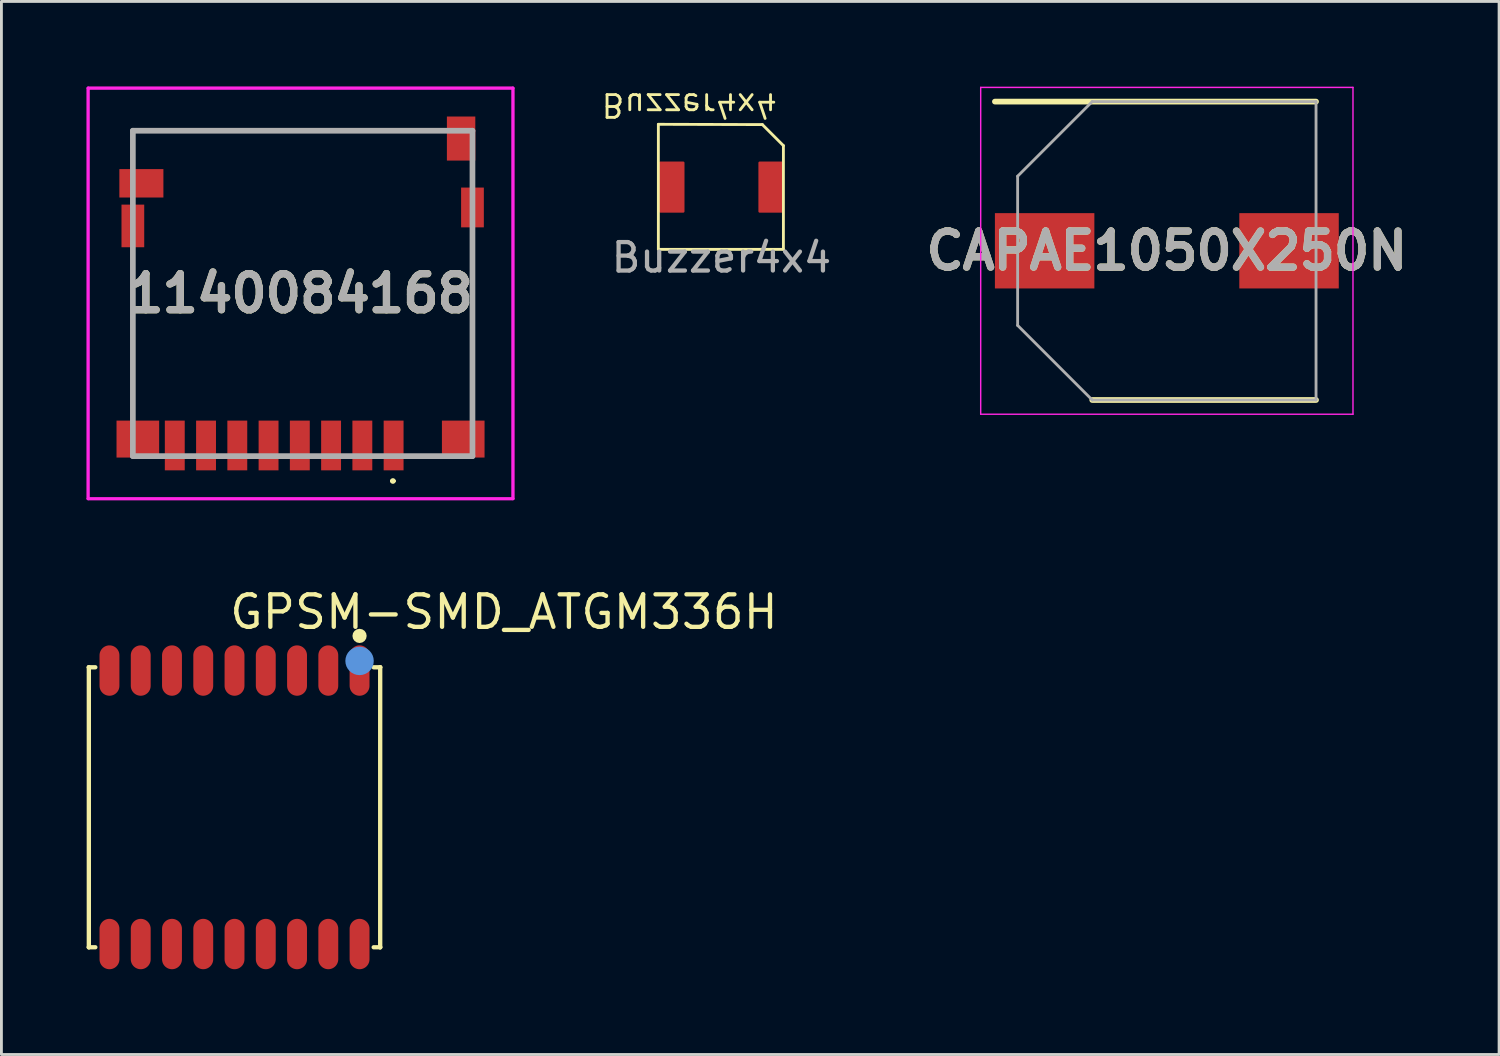
<source format=kicad_pcb>
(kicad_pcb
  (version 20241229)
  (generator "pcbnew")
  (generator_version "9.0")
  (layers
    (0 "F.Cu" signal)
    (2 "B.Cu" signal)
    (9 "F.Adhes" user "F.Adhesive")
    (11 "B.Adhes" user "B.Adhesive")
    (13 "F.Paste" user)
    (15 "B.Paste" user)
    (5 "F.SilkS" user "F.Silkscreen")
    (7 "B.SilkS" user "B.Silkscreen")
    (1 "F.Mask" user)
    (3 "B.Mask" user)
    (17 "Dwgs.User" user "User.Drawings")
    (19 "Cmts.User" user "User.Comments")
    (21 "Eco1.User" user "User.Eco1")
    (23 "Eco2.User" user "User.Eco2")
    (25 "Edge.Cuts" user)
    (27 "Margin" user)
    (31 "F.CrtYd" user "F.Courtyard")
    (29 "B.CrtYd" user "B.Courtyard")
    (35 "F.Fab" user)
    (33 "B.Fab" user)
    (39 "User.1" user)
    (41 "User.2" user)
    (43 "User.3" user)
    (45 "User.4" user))
  (footprint "GPSM-SMD_ATGM336H"
    (layer "F.Cu")
    (at 5.202 25.356)
    (property "Reference" "GPSM-SMD_ATGM336H" (at -0.254 -6.871 0) (layer "F.SilkS") (effects (font (size 1.143 1.143) (thickness 0.152)) (justify left)))
    (attr smd)
    (fp_line (start -5.126 -4.926) (end -5.126 -4.926) (stroke (width 0.152) (type solid)) (layer "F.SilkS"))
    (fp_line (start -5.126 -4.926) (end -5.126 4.926) (stroke (width 0.152) (type solid)) (layer "F.SilkS"))
    (fp_line (start -5.126 4.926) (end -5.126 4.926) (stroke (width 0.152) (type solid)) (layer "F.SilkS"))
    (fp_line (start -5.126 4.926) (end -4.898 4.926) (stroke (width 0.152) (type solid)) (layer "F.SilkS"))
    (fp_line (start -4.898 -4.926) (end -5.126 -4.926) (stroke (width 0.152) (type solid)) (layer "F.SilkS"))
    (fp_line (start 4.898 -4.926) (end 5.126 -4.926) (stroke (width 0.152) (type solid)) (layer "F.SilkS"))
    (fp_line (start 5.126 -4.926) (end 5.126 -4.926) (stroke (width 0.152) (type solid)) (layer "F.SilkS"))
    (fp_line (start 5.126 -4.926) (end 5.126 4.926) (stroke (width 0.152) (type solid)) (layer "F.SilkS"))
    (fp_line (start 5.126 4.926) (end 4.898 4.926) (stroke (width 0.152) (type solid)) (layer "F.SilkS"))
    (fp_line (start 5.126 4.926) (end 5.126 4.926) (stroke (width 0.152) (type solid)) (layer "F.SilkS"))
    (fp_circle (center 4.4 -6.03) (end 4.525 -6.03) (stroke (width 0.25) (type solid)) (fill no) (layer "F.SilkS"))
    (fp_circle (center 4.4 -5.15) (end 4.65 -5.15) (stroke (width 0.5) (type solid)) (fill no) (layer "Cmts.User"))
    (pad "1" smd oval (at 4.4 -4.811 180) (size 0.7 1.773) (layers "F.Cu" "F.Mask" "F.Paste"))
    (pad "2" smd oval (at 3.3 -4.811 180) (size 0.7 1.773) (layers "F.Cu" "F.Mask" "F.Paste"))
    (pad "3" smd oval (at 2.2 -4.811 180) (size 0.7 1.773) (layers "F.Cu" "F.Mask" "F.Paste"))
    (pad "4" smd oval (at 1.1 -4.811 180) (size 0.7 1.773) (layers "F.Cu" "F.Mask" "F.Paste"))
    (pad "5" smd oval (at 0 -4.811 180) (size 0.7 1.773) (layers "F.Cu" "F.Mask" "F.Paste"))
    (pad "6" smd oval (at -1.1 -4.811 180) (size 0.7 1.773) (layers "F.Cu" "F.Mask" "F.Paste"))
    (pad "7" smd oval (at -2.2 -4.811 180) (size 0.7 1.773) (layers "F.Cu" "F.Mask" "F.Paste"))
    (pad "8" smd oval (at -3.3 -4.811 180) (size 0.7 1.773) (layers "F.Cu" "F.Mask" "F.Paste"))
    (pad "9" smd oval (at -4.4 -4.811 180) (size 0.7 1.773) (layers "F.Cu" "F.Mask" "F.Paste"))
    (pad "10" smd oval (at -4.4 4.812 180) (size 0.7 1.773) (layers "F.Cu" "F.Mask" "F.Paste"))
    (pad "11" smd oval (at -3.3 4.812 180) (size 0.7 1.773) (layers "F.Cu" "F.Mask" "F.Paste"))
    (pad "12" smd oval (at -2.2 4.812 180) (size 0.7 1.773) (layers "F.Cu" "F.Mask" "F.Paste"))
    (pad "13" smd oval (at -1.1 4.812 180) (size 0.7 1.773) (layers "F.Cu" "F.Mask" "F.Paste"))
    (pad "14" smd oval (at 0 4.812 180) (size 0.7 1.773) (layers "F.Cu" "F.Mask" "F.Paste"))
    (pad "15" smd oval (at 1.1 4.812 180) (size 0.7 1.773) (layers "F.Cu" "F.Mask" "F.Paste"))
    (pad "16" smd oval (at 2.2 4.812 180) (size 0.7 1.773) (layers "F.Cu" "F.Mask" "F.Paste"))
    (pad "17" smd oval (at 3.3 4.812 180) (size 0.7 1.773) (layers "F.Cu" "F.Mask" "F.Paste"))
    (pad "18" smd oval (at 4.4 4.812 180) (size 0.7 1.773) (layers "F.Cu" "F.Mask" "F.Paste")))
  (footprint "CAPAE1050X250N"
    (layer "F.Cu")
    (at 38.008 5.775)
    (property "Reference" "CAPAE1050X250N" (at 0 0 0) (layer "F.SilkS") (effects (font (size 1.27 1.27) (thickness 0.254))))
    (attr smd)
    (fp_line (start -6.05 -5.25) (end 5.25 -5.25) (stroke (width 0.2) (type solid)) (layer "F.SilkS"))
    (fp_line (start -2.625 5.25) (end 5.25 5.25) (stroke (width 0.2) (type solid)) (layer "F.SilkS"))
    (fp_line (start -6.55 -5.75) (end 6.55 -5.75) (stroke (width 0.05) (type solid)) (layer "F.CrtYd"))
    (fp_line (start -6.55 5.75) (end -6.55 -5.75) (stroke (width 0.05) (type solid)) (layer "F.CrtYd"))
    (fp_line (start 6.55 -5.75) (end 6.55 5.75) (stroke (width 0.05) (type solid)) (layer "F.CrtYd"))
    (fp_line (start 6.55 5.75) (end -6.55 5.75) (stroke (width 0.05) (type solid)) (layer "F.CrtYd"))
    (fp_line (start -5.25 -2.625) (end -5.25 2.625) (stroke (width 0.1) (type solid)) (layer "F.Fab"))
    (fp_line (start -5.25 2.625) (end -2.625 5.25) (stroke (width 0.1) (type solid)) (layer "F.Fab"))
    (fp_line (start -2.625 -5.25) (end -5.25 -2.625) (stroke (width 0.1) (type solid)) (layer "F.Fab"))
    (fp_line (start -2.625 5.25) (end 5.25 5.25) (stroke (width 0.1) (type solid)) (layer "F.Fab"))
    (fp_line (start 5.25 -5.25) (end -2.625 -5.25) (stroke (width 0.1) (type solid)) (layer "F.Fab"))
    (fp_line (start 5.25 5.25) (end 5.25 -5.25) (stroke (width 0.1) (type solid)) (layer "F.Fab"))
    (fp_text user "${REFERENCE}" (at 0 0 0) (layer "F.Fab") (effects (font (size 1.27 1.27) (thickness 0.254))))
    (pad "1" smd rect (at -4.3 0 90) (size 2.65 3.5) (layers "F.Cu" "F.Mask" "F.Paste"))
    (pad "2" smd rect (at 4.3 0 90) (size 2.65 3.5) (layers "F.Cu" "F.Mask" "F.Paste")))
  (footprint "1140084168"
    (layer "F.Cu")
    (at 7.525 7.275)
    (property "Reference" "1140084168" (at 0 0 0) (layer "F.SilkS") (effects (font (size 1.27 1.27) (thickness 0.254))))
    (attr smd)
    (fp_line (start -5.9 -5.725) (end 4.175 -5.725) (stroke (width 0.1) (type solid)) (layer "F.SilkS"))
    (fp_line (start -5.9 -5.025) (end -5.9 -5.725) (stroke (width 0.1) (type solid)) (layer "F.SilkS"))
    (fp_line (start -5.9 -1.025) (end -5.9 3.975) (stroke (width 0.1) (type solid)) (layer "F.SilkS"))
    (fp_line (start 3.2 6.6) (end 3.2 6.6) (stroke (width 0.1) (type solid)) (layer "F.SilkS"))
    (fp_line (start 3.3 6.6) (end 3.3 6.6) (stroke (width 0.1) (type solid)) (layer "F.SilkS"))
    (fp_line (start 6.05 -2.025) (end 6.05 3.975) (stroke (width 0.1) (type solid)) (layer "F.SilkS"))
    (fp_arc (start 3.2 6.6) (mid 3.25 6.55) (end 3.3 6.6) (stroke (width 0.1) (type solid)) (layer "F.SilkS"))
    (fp_arc (start 3.3 6.6) (mid 3.25 6.65) (end 3.2 6.6) (stroke (width 0.1) (type solid)) (layer "F.SilkS"))
    (fp_line (start -7.475 -7.225) (end 7.475 -7.225) (stroke (width 0.1) (type solid)) (layer "F.CrtYd"))
    (fp_line (start -7.475 -7.225) (end 7.475 -7.225) (stroke (width 0.1) (type solid)) (layer "F.CrtYd"))
    (fp_line (start -7.475 7.225) (end -7.475 -7.225) (stroke (width 0.1) (type solid)) (layer "F.CrtYd"))
    (fp_line (start -7.475 7.225) (end -7.475 -7.225) (stroke (width 0.1) (type solid)) (layer "F.CrtYd"))
    (fp_line (start 7.475 -7.225) (end 7.475 7.225) (stroke (width 0.1) (type solid)) (layer "F.CrtYd"))
    (fp_line (start 7.475 -7.225) (end 7.475 7.225) (stroke (width 0.1) (type solid)) (layer "F.CrtYd"))
    (fp_line (start 7.475 7.225) (end -7.475 7.225) (stroke (width 0.1) (type solid)) (layer "F.CrtYd"))
    (fp_line (start 7.475 7.225) (end -7.475 7.225) (stroke (width 0.1) (type solid)) (layer "F.CrtYd"))
    (fp_line (start -5.9 -5.725) (end 6.05 -5.725) (stroke (width 0.2) (type solid)) (layer "F.Fab"))
    (fp_line (start -5.9 5.725) (end -5.9 -5.725) (stroke (width 0.2) (type solid)) (layer "F.Fab"))
    (fp_line (start 6.05 -5.725) (end 6.05 5.725) (stroke (width 0.2) (type solid)) (layer "F.Fab"))
    (fp_line (start 6.05 5.725) (end -5.9 5.725) (stroke (width 0.2) (type solid)) (layer "F.Fab"))
    (fp_text user "${REFERENCE}" (at 0 0 0) (layer "F.Fab") (effects (font (size 1.27 1.27) (thickness 0.254))))
    (pad "1" smd rect (at 3.275 5.35) (size 0.7 1.75) (layers "F.Cu" "F.Mask" "F.Paste"))
    (pad "2" smd rect (at 2.175 5.35) (size 0.7 1.75) (layers "F.Cu" "F.Mask" "F.Paste"))
    (pad "3" smd rect (at 1.075 5.35) (size 0.7 1.75) (layers "F.Cu" "F.Mask" "F.Paste"))
    (pad "4" smd rect (at -0.025 5.35) (size 0.7 1.75) (layers "F.Cu" "F.Mask" "F.Paste"))
    (pad "5" smd rect (at -1.125 5.35) (size 0.7 1.75) (layers "F.Cu" "F.Mask" "F.Paste"))
    (pad "6" smd rect (at -2.225 5.35) (size 0.7 1.75) (layers "F.Cu" "F.Mask" "F.Paste"))
    (pad "7" smd rect (at -3.325 5.35) (size 0.7 1.75) (layers "F.Cu" "F.Mask" "F.Paste"))
    (pad "8" smd rect (at -4.425 5.35) (size 0.7 1.75) (layers "F.Cu" "F.Mask" "F.Paste"))
    (pad "9" smd rect (at -5.725 5.125 90) (size 1.3 1.5) (layers "F.Cu" "F.Mask" "F.Paste"))
    (pad "10" smd rect (at 5.725 5.125 90) (size 1.3 1.5) (layers "F.Cu" "F.Mask" "F.Paste"))
    (pad "11" smd rect (at -5.9 -2.375) (size 0.8 1.5) (layers "F.Cu" "F.Mask" "F.Paste"))
    (pad "12" smd rect (at 6.05 -3.025) (size 0.8 1.4) (layers "F.Cu" "F.Mask" "F.Paste"))
    (pad "13" smd rect (at -5.6 -3.875 90) (size 1 1.55) (layers "F.Cu" "F.Mask" "F.Paste"))
    (pad "14" smd rect (at 5.65 -5.45) (size 1 1.55) (layers "F.Cu" "F.Mask" "F.Paste")))
  (footprint "Buzzer4x4"
    (layer "F.Cu")
    (at 22.336 3.514)
    (property "Reference" "Buzzer4x4" (at -1.13 -2.87 180) (unlocked yes) (layer "F.SilkS") (effects (font (size 0.8 0.8) (thickness 0.1)) (justify mirror)))
    (attr smd)
    (fp_line (start -2.22 -2.19) (end 1.44 -2.18) (stroke (width 0.1) (type default)) (layer "F.SilkS"))
    (fp_line (start -2.22 2.21) (end -2.22 -2.19) (stroke (width 0.1) (type default)) (layer "F.SilkS"))
    (fp_line (start 1.44 -2.18) (end 2.18 -1.44) (stroke (width 0.1) (type default)) (layer "F.SilkS"))
    (fp_line (start 2.18 -1.44) (end 2.18 2.21) (stroke (width 0.1) (type default)) (layer "F.SilkS"))
    (fp_line (start 2.18 2.21) (end -2.22 2.21) (stroke (width 0.1) (type default)) (layer "F.SilkS"))
    (fp_text user "${REFERENCE}" (at 0 2.5 0) (unlocked yes) (layer "F.Fab") (effects (font (size 1 1) (thickness 0.15))))
    (pad "1" smd roundrect (at 1.75 0.02) (size 0.9 1.8) (layers "F.Cu" "F.Mask" "F.Paste") (roundrect_rratio 0.05))
    (pad "2" smd roundrect (at -1.75 0.02) (size 0.9 1.8) (layers "F.Cu" "F.Mask" "F.Paste") (roundrect_rratio 0.05)))
  (gr_rect
    (start -3 -3)
    (end 49.699 34.055)
    (stroke (width 0.1) (type default))
    (fill no)
    (layer "Edge.Cuts")))
</source>
